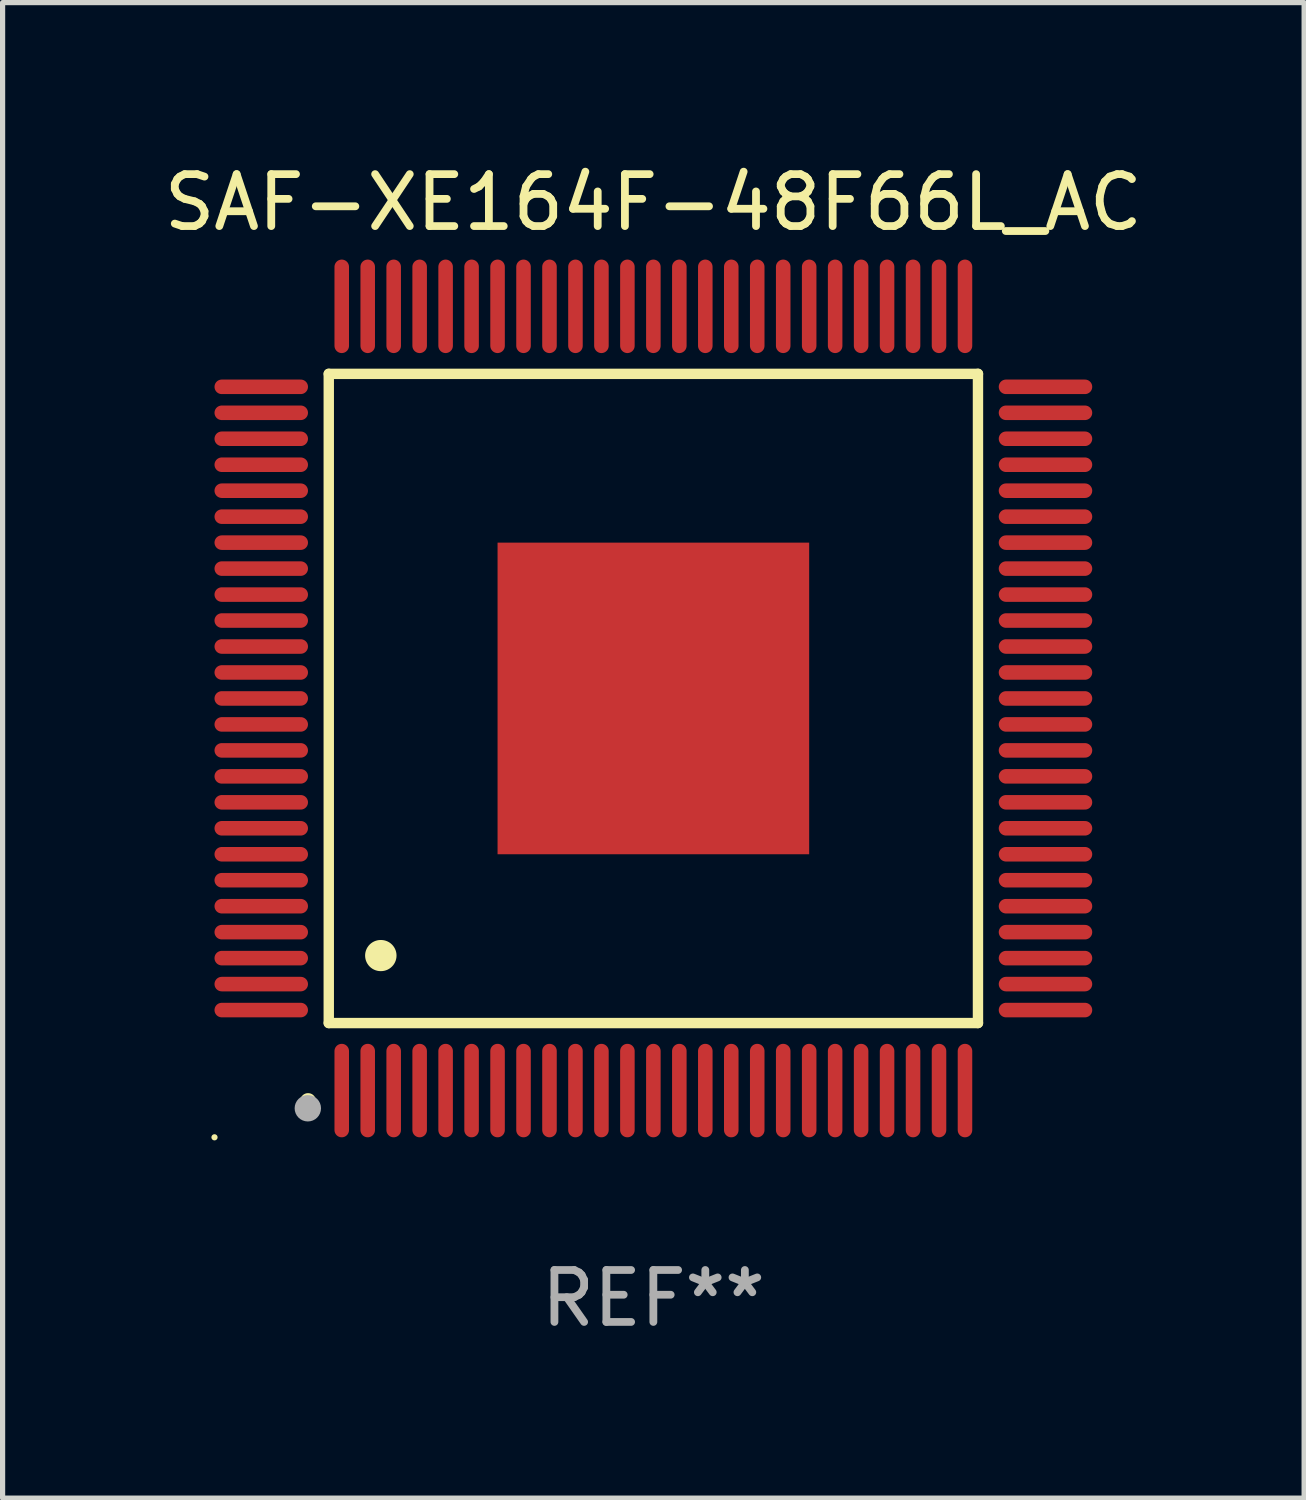
<source format=kicad_pcb>
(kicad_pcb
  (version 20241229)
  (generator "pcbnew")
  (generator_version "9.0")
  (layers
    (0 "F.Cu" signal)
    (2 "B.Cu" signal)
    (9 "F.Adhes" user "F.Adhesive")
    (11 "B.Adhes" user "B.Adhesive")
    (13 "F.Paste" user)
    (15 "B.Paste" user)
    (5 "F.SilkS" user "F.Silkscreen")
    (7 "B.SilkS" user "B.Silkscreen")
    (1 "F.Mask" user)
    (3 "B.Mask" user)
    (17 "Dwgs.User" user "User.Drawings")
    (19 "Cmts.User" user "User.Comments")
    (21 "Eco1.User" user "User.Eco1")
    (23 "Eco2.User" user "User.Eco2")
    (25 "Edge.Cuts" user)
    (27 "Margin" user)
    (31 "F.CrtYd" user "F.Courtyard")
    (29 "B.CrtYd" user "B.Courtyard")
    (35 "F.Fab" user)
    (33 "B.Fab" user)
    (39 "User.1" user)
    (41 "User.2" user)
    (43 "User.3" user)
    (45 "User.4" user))
  (footprint "SAF-XE164F-48F66L_AC"
    (layer "F.Cu")
    (at 9.53 10.398)
    (property "Reference" "SAF-XE164F-48F66L_AC" (at 0 -9.55 0) (layer "F.SilkS") (effects (font (size 1 1) (thickness 0.15))))
    (attr through_hole)
    (fp_line (start -6.25 -6.25) (end -6.25 6.25) (stroke (width 0.2) (type solid)) (layer "F.SilkS"))
    (fp_line (start -6.25 6.25) (end 6.25 6.25) (stroke (width 0.2) (type solid)) (layer "F.SilkS"))
    (fp_line (start 6.25 -6.25) (end -6.25 -6.25) (stroke (width 0.2) (type solid)) (layer "F.SilkS"))
    (fp_line (start 6.25 6.25) (end 6.25 -6.25) (stroke (width 0.2) (type solid)) (layer "F.SilkS"))
    (fp_arc (start -6.649733 7.749555) (mid -6.648463 7.74955) (end -6.647193 7.749555) (stroke (width 0.3) (type solid)) (layer "F.SilkS"))
    (fp_arc (start -5.250191 4.95047) (mid -5.247651 4.950459) (end -5.245111 4.95047) (stroke (width 0.6) (type solid)) (layer "F.SilkS"))
    (fp_circle (center -8.45 8.45) (end -8.42 8.45) (stroke (width 0.06) (type solid)) (fill no) (layer "F.SilkS"))
    (fp_circle (center -6.653 7.891) (end -6.526 7.891) (stroke (width 0.254) (type solid)) (fill no) (layer "F.Fab"))
    (fp_text user "REF**" (at 0 11.55 0) (layer "F.Fab") (effects (font (size 1 1) (thickness 0.15))))
    (pad "1" smd oval (at -6 7.55 180) (size 0.28 1.8) (layers "F.Cu" "F.Mask" "F.Paste"))
    (pad "2" smd oval (at -5.5 7.55 180) (size 0.28 1.8) (layers "F.Cu" "F.Mask" "F.Paste"))
    (pad "3" smd oval (at -5 7.55 180) (size 0.28 1.8) (layers "F.Cu" "F.Mask" "F.Paste"))
    (pad "4" smd oval (at -4.5 7.55 180) (size 0.28 1.8) (layers "F.Cu" "F.Mask" "F.Paste"))
    (pad "5" smd oval (at -4 7.55 180) (size 0.28 1.8) (layers "F.Cu" "F.Mask" "F.Paste"))
    (pad "6" smd oval (at -3.5 7.55 180) (size 0.28 1.8) (layers "F.Cu" "F.Mask" "F.Paste"))
    (pad "7" smd oval (at -3 7.55 180) (size 0.28 1.8) (layers "F.Cu" "F.Mask" "F.Paste"))
    (pad "8" smd oval (at -2.5 7.55 180) (size 0.28 1.8) (layers "F.Cu" "F.Mask" "F.Paste"))
    (pad "9" smd oval (at -2 7.55 180) (size 0.28 1.8) (layers "F.Cu" "F.Mask" "F.Paste"))
    (pad "10" smd oval (at -1.5 7.55 180) (size 0.28 1.8) (layers "F.Cu" "F.Mask" "F.Paste"))
    (pad "11" smd oval (at -1 7.55 180) (size 0.28 1.8) (layers "F.Cu" "F.Mask" "F.Paste"))
    (pad "12" smd oval (at -0.5 7.55 180) (size 0.28 1.8) (layers "F.Cu" "F.Mask" "F.Paste"))
    (pad "13" smd oval (at 0 7.55 180) (size 0.28 1.8) (layers "F.Cu" "F.Mask" "F.Paste"))
    (pad "14" smd oval (at 0.5 7.55 180) (size 0.28 1.8) (layers "F.Cu" "F.Mask" "F.Paste"))
    (pad "15" smd oval (at 1 7.55 180) (size 0.28 1.8) (layers "F.Cu" "F.Mask" "F.Paste"))
    (pad "16" smd oval (at 1.5 7.55 180) (size 0.28 1.8) (layers "F.Cu" "F.Mask" "F.Paste"))
    (pad "17" smd oval (at 2 7.55 180) (size 0.28 1.8) (layers "F.Cu" "F.Mask" "F.Paste"))
    (pad "18" smd oval (at 2.5 7.55 180) (size 0.28 1.8) (layers "F.Cu" "F.Mask" "F.Paste"))
    (pad "19" smd oval (at 3 7.55 180) (size 0.28 1.8) (layers "F.Cu" "F.Mask" "F.Paste"))
    (pad "20" smd oval (at 3.5 7.55 180) (size 0.28 1.8) (layers "F.Cu" "F.Mask" "F.Paste"))
    (pad "21" smd oval (at 4 7.55 180) (size 0.28 1.8) (layers "F.Cu" "F.Mask" "F.Paste"))
    (pad "22" smd oval (at 4.5 7.55 180) (size 0.28 1.8) (layers "F.Cu" "F.Mask" "F.Paste"))
    (pad "23" smd oval (at 5 7.55 180) (size 0.28 1.8) (layers "F.Cu" "F.Mask" "F.Paste"))
    (pad "24" smd oval (at 5.5 7.55 180) (size 0.28 1.8) (layers "F.Cu" "F.Mask" "F.Paste"))
    (pad "25" smd oval (at 6 7.55 180) (size 0.28 1.8) (layers "F.Cu" "F.Mask" "F.Paste"))
    (pad "26" smd oval (at 7.55 6 90) (size 0.28 1.8) (layers "F.Cu" "F.Mask" "F.Paste"))
    (pad "27" smd oval (at 7.55 5.5 90) (size 0.28 1.8) (layers "F.Cu" "F.Mask" "F.Paste"))
    (pad "28" smd oval (at 7.55 5 90) (size 0.28 1.8) (layers "F.Cu" "F.Mask" "F.Paste"))
    (pad "29" smd oval (at 7.55 4.5 90) (size 0.28 1.8) (layers "F.Cu" "F.Mask" "F.Paste"))
    (pad "30" smd oval (at 7.55 4 90) (size 0.28 1.8) (layers "F.Cu" "F.Mask" "F.Paste"))
    (pad "31" smd oval (at 7.55 3.5 90) (size 0.28 1.8) (layers "F.Cu" "F.Mask" "F.Paste"))
    (pad "32" smd oval (at 7.55 3 90) (size 0.28 1.8) (layers "F.Cu" "F.Mask" "F.Paste"))
    (pad "33" smd oval (at 7.55 2.5 90) (size 0.28 1.8) (layers "F.Cu" "F.Mask" "F.Paste"))
    (pad "34" smd oval (at 7.55 2 90) (size 0.28 1.8) (layers "F.Cu" "F.Mask" "F.Paste"))
    (pad "35" smd oval (at 7.55 1.5 90) (size 0.28 1.8) (layers "F.Cu" "F.Mask" "F.Paste"))
    (pad "36" smd oval (at 7.55 1 90) (size 0.28 1.8) (layers "F.Cu" "F.Mask" "F.Paste"))
    (pad "37" smd oval (at 7.55 0.5 90) (size 0.28 1.8) (layers "F.Cu" "F.Mask" "F.Paste"))
    (pad "38" smd oval (at 7.55 0 90) (size 0.28 1.8) (layers "F.Cu" "F.Mask" "F.Paste"))
    (pad "39" smd oval (at 7.55 -0.5 90) (size 0.28 1.8) (layers "F.Cu" "F.Mask" "F.Paste"))
    (pad "40" smd oval (at 7.55 -1 90) (size 0.28 1.8) (layers "F.Cu" "F.Mask" "F.Paste"))
    (pad "41" smd oval (at 7.55 -1.5 90) (size 0.28 1.8) (layers "F.Cu" "F.Mask" "F.Paste"))
    (pad "42" smd oval (at 7.55 -2 90) (size 0.28 1.8) (layers "F.Cu" "F.Mask" "F.Paste"))
    (pad "43" smd oval (at 7.55 -2.5 90) (size 0.28 1.8) (layers "F.Cu" "F.Mask" "F.Paste"))
    (pad "44" smd oval (at 7.55 -3 90) (size 0.28 1.8) (layers "F.Cu" "F.Mask" "F.Paste"))
    (pad "45" smd oval (at 7.55 -3.5 90) (size 0.28 1.8) (layers "F.Cu" "F.Mask" "F.Paste"))
    (pad "46" smd oval (at 7.55 -4 90) (size 0.28 1.8) (layers "F.Cu" "F.Mask" "F.Paste"))
    (pad "47" smd oval (at 7.55 -4.5 90) (size 0.28 1.8) (layers "F.Cu" "F.Mask" "F.Paste"))
    (pad "48" smd oval (at 7.55 -5 90) (size 0.28 1.8) (layers "F.Cu" "F.Mask" "F.Paste"))
    (pad "49" smd oval (at 7.55 -5.5 90) (size 0.28 1.8) (layers "F.Cu" "F.Mask" "F.Paste"))
    (pad "50" smd oval (at 7.55 -6 90) (size 0.28 1.8) (layers "F.Cu" "F.Mask" "F.Paste"))
    (pad "51" smd oval (at 6 -7.55 180) (size 0.28 1.8) (layers "F.Cu" "F.Mask" "F.Paste"))
    (pad "52" smd oval (at 5.5 -7.55 180) (size 0.28 1.8) (layers "F.Cu" "F.Mask" "F.Paste"))
    (pad "53" smd oval (at 5 -7.55 180) (size 0.28 1.8) (layers "F.Cu" "F.Mask" "F.Paste"))
    (pad "54" smd oval (at 4.5 -7.55 180) (size 0.28 1.8) (layers "F.Cu" "F.Mask" "F.Paste"))
    (pad "55" smd oval (at 4 -7.55 180) (size 0.28 1.8) (layers "F.Cu" "F.Mask" "F.Paste"))
    (pad "56" smd oval (at 3.5 -7.55 180) (size 0.28 1.8) (layers "F.Cu" "F.Mask" "F.Paste"))
    (pad "57" smd oval (at 3 -7.55 180) (size 0.28 1.8) (layers "F.Cu" "F.Mask" "F.Paste"))
    (pad "58" smd oval (at 2.5 -7.55 180) (size 0.28 1.8) (layers "F.Cu" "F.Mask" "F.Paste"))
    (pad "59" smd oval (at 2 -7.55 180) (size 0.28 1.8) (layers "F.Cu" "F.Mask" "F.Paste"))
    (pad "60" smd oval (at 1.5 -7.55 180) (size 0.28 1.8) (layers "F.Cu" "F.Mask" "F.Paste"))
    (pad "61" smd oval (at 1 -7.55 180) (size 0.28 1.8) (layers "F.Cu" "F.Mask" "F.Paste"))
    (pad "62" smd oval (at 0.5 -7.55 180) (size 0.28 1.8) (layers "F.Cu" "F.Mask" "F.Paste"))
    (pad "63" smd oval (at 0 -7.55 180) (size 0.28 1.8) (layers "F.Cu" "F.Mask" "F.Paste"))
    (pad "64" smd oval (at -0.5 -7.55 180) (size 0.28 1.8) (layers "F.Cu" "F.Mask" "F.Paste"))
    (pad "65" smd oval (at -1 -7.55 180) (size 0.28 1.8) (layers "F.Cu" "F.Mask" "F.Paste"))
    (pad "66" smd oval (at -1.5 -7.55 180) (size 0.28 1.8) (layers "F.Cu" "F.Mask" "F.Paste"))
    (pad "67" smd oval (at -2 -7.55 180) (size 0.28 1.8) (layers "F.Cu" "F.Mask" "F.Paste"))
    (pad "68" smd oval (at -2.5 -7.55 180) (size 0.28 1.8) (layers "F.Cu" "F.Mask" "F.Paste"))
    (pad "69" smd oval (at -3 -7.55 180) (size 0.28 1.8) (layers "F.Cu" "F.Mask" "F.Paste"))
    (pad "70" smd oval (at -3.5 -7.55 180) (size 0.28 1.8) (layers "F.Cu" "F.Mask" "F.Paste"))
    (pad "71" smd oval (at -4 -7.55 180) (size 0.28 1.8) (layers "F.Cu" "F.Mask" "F.Paste"))
    (pad "72" smd oval (at -4.5 -7.55 180) (size 0.28 1.8) (layers "F.Cu" "F.Mask" "F.Paste"))
    (pad "73" smd oval (at -5 -7.55 180) (size 0.28 1.8) (layers "F.Cu" "F.Mask" "F.Paste"))
    (pad "74" smd oval (at -5.5 -7.55 180) (size 0.28 1.8) (layers "F.Cu" "F.Mask" "F.Paste"))
    (pad "75" smd oval (at -6 -7.55 180) (size 0.28 1.8) (layers "F.Cu" "F.Mask" "F.Paste"))
    (pad "76" smd oval (at -7.55 -6 90) (size 0.28 1.8) (layers "F.Cu" "F.Mask" "F.Paste"))
    (pad "77" smd oval (at -7.55 -5.5 90) (size 0.28 1.8) (layers "F.Cu" "F.Mask" "F.Paste"))
    (pad "78" smd oval (at -7.55 -5 90) (size 0.28 1.8) (layers "F.Cu" "F.Mask" "F.Paste"))
    (pad "79" smd oval (at -7.55 -4.5 90) (size 0.28 1.8) (layers "F.Cu" "F.Mask" "F.Paste"))
    (pad "80" smd oval (at -7.55 -4 90) (size 0.28 1.8) (layers "F.Cu" "F.Mask" "F.Paste"))
    (pad "81" smd oval (at -7.55 -3.5 90) (size 0.28 1.8) (layers "F.Cu" "F.Mask" "F.Paste"))
    (pad "82" smd oval (at -7.55 -3 90) (size 0.28 1.8) (layers "F.Cu" "F.Mask" "F.Paste"))
    (pad "83" smd oval (at -7.55 -2.5 90) (size 0.28 1.8) (layers "F.Cu" "F.Mask" "F.Paste"))
    (pad "84" smd oval (at -7.55 -2 90) (size 0.28 1.8) (layers "F.Cu" "F.Mask" "F.Paste"))
    (pad "85" smd oval (at -7.55 -1.5 90) (size 0.28 1.8) (layers "F.Cu" "F.Mask" "F.Paste"))
    (pad "86" smd oval (at -7.55 -1 90) (size 0.28 1.8) (layers "F.Cu" "F.Mask" "F.Paste"))
    (pad "87" smd oval (at -7.55 -0.5 90) (size 0.28 1.8) (layers "F.Cu" "F.Mask" "F.Paste"))
    (pad "88" smd oval (at -7.55 0 90) (size 0.28 1.8) (layers "F.Cu" "F.Mask" "F.Paste"))
    (pad "89" smd oval (at -7.55 0.5 90) (size 0.28 1.8) (layers "F.Cu" "F.Mask" "F.Paste"))
    (pad "90" smd oval (at -7.55 1 90) (size 0.28 1.8) (layers "F.Cu" "F.Mask" "F.Paste"))
    (pad "91" smd oval (at -7.55 1.5 90) (size 0.28 1.8) (layers "F.Cu" "F.Mask" "F.Paste"))
    (pad "92" smd oval (at -7.55 2 90) (size 0.28 1.8) (layers "F.Cu" "F.Mask" "F.Paste"))
    (pad "93" smd oval (at -7.55 2.5 90) (size 0.28 1.8) (layers "F.Cu" "F.Mask" "F.Paste"))
    (pad "94" smd oval (at -7.55 3 90) (size 0.28 1.8) (layers "F.Cu" "F.Mask" "F.Paste"))
    (pad "95" smd oval (at -7.55 3.5 90) (size 0.28 1.8) (layers "F.Cu" "F.Mask" "F.Paste"))
    (pad "96" smd oval (at -7.55 4 90) (size 0.28 1.8) (layers "F.Cu" "F.Mask" "F.Paste"))
    (pad "97" smd oval (at -7.55 4.5 90) (size 0.28 1.8) (layers "F.Cu" "F.Mask" "F.Paste"))
    (pad "98" smd oval (at -7.55 5 90) (size 0.28 1.8) (layers "F.Cu" "F.Mask" "F.Paste"))
    (pad "99" smd oval (at -7.55 5.5 90) (size 0.28 1.8) (layers "F.Cu" "F.Mask" "F.Paste"))
    (pad "100" smd oval (at -7.55 6 90) (size 0.28 1.8) (layers "F.Cu" "F.Mask" "F.Paste"))
    (pad "101" smd rect (at 0 0) (size 6 6) (layers "F.Cu" "F.Mask" "F.Paste")))
  (gr_rect
    (start -3 -3)
    (end 22.06 25.796)
    (stroke (width 0.1) (type default))
    (fill no)
    (layer "Edge.Cuts")))
</source>
